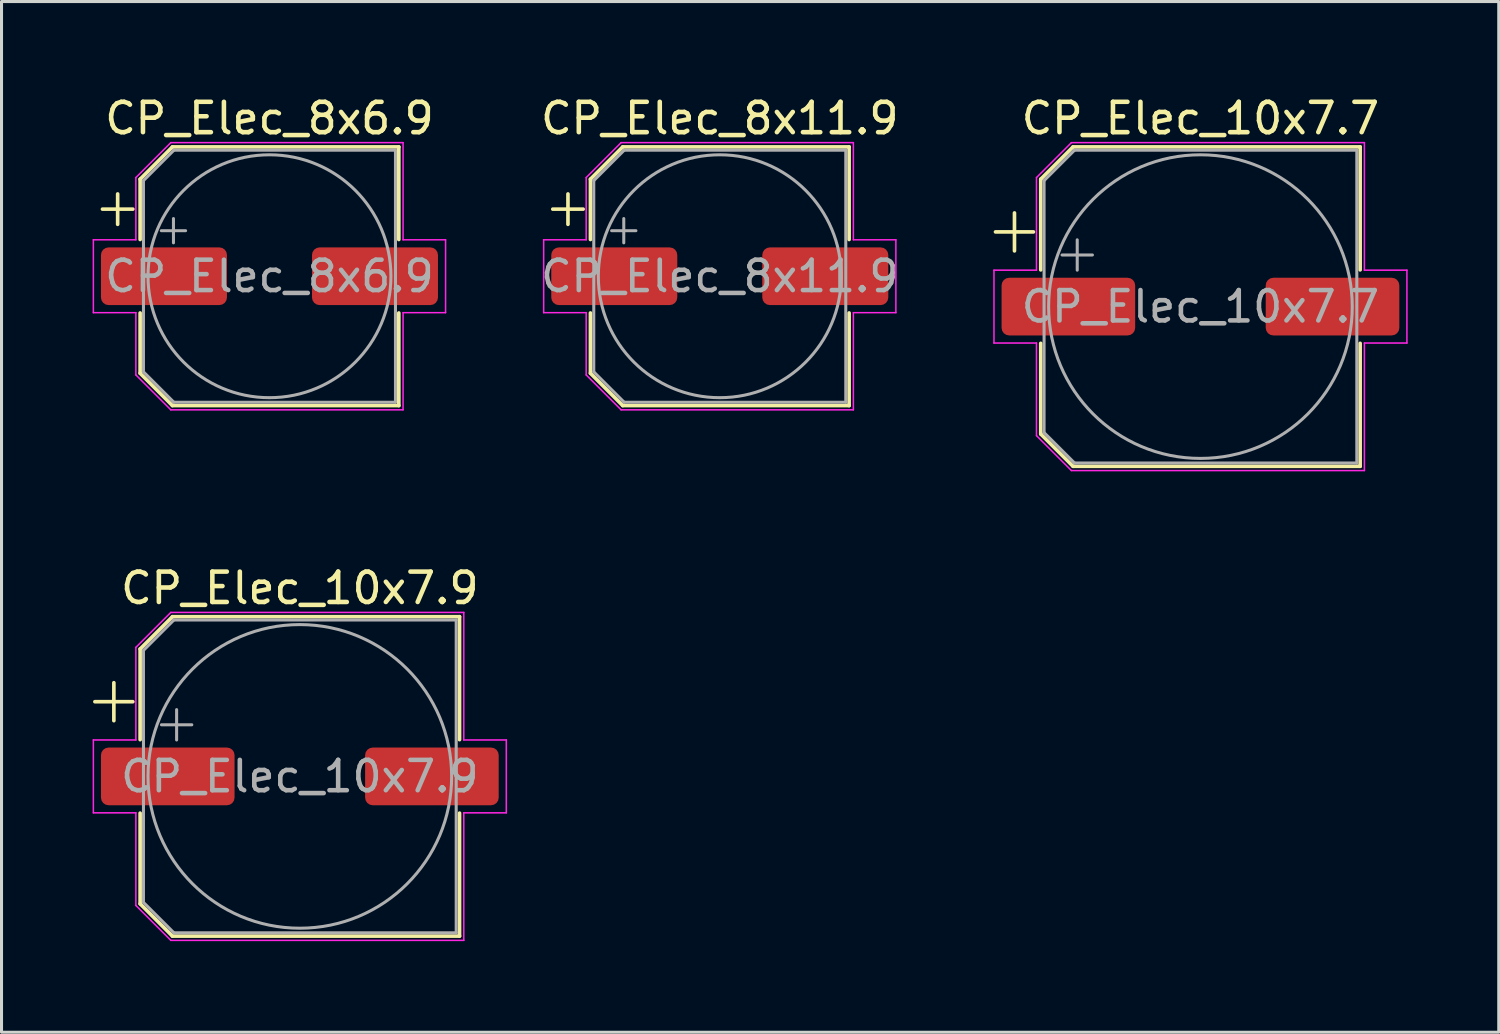
<source format=kicad_pcb>
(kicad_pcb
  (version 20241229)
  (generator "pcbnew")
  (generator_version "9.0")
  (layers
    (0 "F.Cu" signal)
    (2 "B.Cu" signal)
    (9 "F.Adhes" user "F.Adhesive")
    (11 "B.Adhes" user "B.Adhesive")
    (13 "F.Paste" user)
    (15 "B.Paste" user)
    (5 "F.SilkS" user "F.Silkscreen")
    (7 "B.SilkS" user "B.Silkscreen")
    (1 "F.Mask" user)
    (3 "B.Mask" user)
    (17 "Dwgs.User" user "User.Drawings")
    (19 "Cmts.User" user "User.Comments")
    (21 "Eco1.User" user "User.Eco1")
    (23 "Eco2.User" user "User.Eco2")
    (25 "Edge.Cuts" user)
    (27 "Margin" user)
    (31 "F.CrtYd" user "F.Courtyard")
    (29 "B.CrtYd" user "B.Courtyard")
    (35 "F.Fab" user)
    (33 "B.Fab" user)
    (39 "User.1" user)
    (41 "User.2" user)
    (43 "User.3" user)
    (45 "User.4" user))
  (footprint "CP_Elec_10x7.7"
    (layer "F.Cu")
    (at 36.487 7.048)
    (property "Reference" "CP_Elec_10x7.7" (at 0 -6.2 0) (layer "F.SilkS") (effects (font (size 1 1) (thickness 0.15))))
    (attr smd)
    (fp_line (start -6.75 -2.46) (end -5.5 -2.46) (stroke (width 0.12) (type solid)) (layer "F.SilkS"))
    (fp_line (start -6.125 -3.085) (end -6.125 -1.835) (stroke (width 0.12) (type solid)) (layer "F.SilkS"))
    (fp_line (start -5.26 -4.196) (end -5.26 -1.21) (stroke (width 0.12) (type solid)) (layer "F.SilkS"))
    (fp_line (start -5.26 -4.196) (end -4.196 -5.26) (stroke (width 0.12) (type solid)) (layer "F.SilkS"))
    (fp_line (start -5.26 4.196) (end -5.26 1.21) (stroke (width 0.12) (type solid)) (layer "F.SilkS"))
    (fp_line (start -5.26 4.196) (end -4.196 5.26) (stroke (width 0.12) (type solid)) (layer "F.SilkS"))
    (fp_line (start -4.196 -5.26) (end 5.26 -5.26) (stroke (width 0.12) (type solid)) (layer "F.SilkS"))
    (fp_line (start -4.196 5.26) (end 5.26 5.26) (stroke (width 0.12) (type solid)) (layer "F.SilkS"))
    (fp_line (start 5.26 -5.26) (end 5.26 -1.21) (stroke (width 0.12) (type solid)) (layer "F.SilkS"))
    (fp_line (start 5.26 5.26) (end 5.26 1.21) (stroke (width 0.12) (type solid)) (layer "F.SilkS"))
    (fp_line (start -6.8 -1.2) (end -6.8 1.2) (stroke (width 0.05) (type solid)) (layer "F.CrtYd"))
    (fp_line (start -6.8 1.2) (end -5.4 1.2) (stroke (width 0.05) (type solid)) (layer "F.CrtYd"))
    (fp_line (start -5.4 -4.25) (end -5.4 -1.2) (stroke (width 0.05) (type solid)) (layer "F.CrtYd"))
    (fp_line (start -5.4 -4.25) (end -4.25 -5.4) (stroke (width 0.05) (type solid)) (layer "F.CrtYd"))
    (fp_line (start -5.4 -1.2) (end -6.8 -1.2) (stroke (width 0.05) (type solid)) (layer "F.CrtYd"))
    (fp_line (start -5.4 1.2) (end -5.4 4.25) (stroke (width 0.05) (type solid)) (layer "F.CrtYd"))
    (fp_line (start -5.4 4.25) (end -4.25 5.4) (stroke (width 0.05) (type solid)) (layer "F.CrtYd"))
    (fp_line (start -4.25 -5.4) (end 5.4 -5.4) (stroke (width 0.05) (type solid)) (layer "F.CrtYd"))
    (fp_line (start -4.25 5.4) (end 5.4 5.4) (stroke (width 0.05) (type solid)) (layer "F.CrtYd"))
    (fp_line (start 5.4 -5.4) (end 5.4 -1.2) (stroke (width 0.05) (type solid)) (layer "F.CrtYd"))
    (fp_line (start 5.4 -1.2) (end 6.8 -1.2) (stroke (width 0.05) (type solid)) (layer "F.CrtYd"))
    (fp_line (start 5.4 1.2) (end 5.4 5.4) (stroke (width 0.05) (type solid)) (layer "F.CrtYd"))
    (fp_line (start 6.8 -1.2) (end 6.8 1.2) (stroke (width 0.05) (type solid)) (layer "F.CrtYd"))
    (fp_line (start 6.8 1.2) (end 5.4 1.2) (stroke (width 0.05) (type solid)) (layer "F.CrtYd"))
    (fp_line (start -5.15 -4.15) (end -5.15 4.15) (stroke (width 0.1) (type solid)) (layer "F.Fab"))
    (fp_line (start -5.15 -4.15) (end -4.15 -5.15) (stroke (width 0.1) (type solid)) (layer "F.Fab"))
    (fp_line (start -5.15 4.15) (end -4.15 5.15) (stroke (width 0.1) (type solid)) (layer "F.Fab"))
    (fp_line (start -4.558 -1.7) (end -3.558 -1.7) (stroke (width 0.1) (type solid)) (layer "F.Fab"))
    (fp_line (start -4.15 -5.15) (end 5.15 -5.15) (stroke (width 0.1) (type solid)) (layer "F.Fab"))
    (fp_line (start -4.15 5.15) (end 5.15 5.15) (stroke (width 0.1) (type solid)) (layer "F.Fab"))
    (fp_line (start -4.058 -2.2) (end -4.058 -1.2) (stroke (width 0.1) (type solid)) (layer "F.Fab"))
    (fp_line (start 5.15 -5.15) (end 5.15 5.15) (stroke (width 0.1) (type solid)) (layer "F.Fab"))
    (fp_circle (center 0 0) (end 5 0) (stroke (width 0.1) (type solid)) (fill no) (layer "F.Fab"))
    (fp_text user "${REFERENCE}" (at 0 0 0) (layer "F.Fab") (effects (font (size 1 1) (thickness 0.15))))
    (pad "1" smd roundrect (at -4.35 0) (size 4.4 1.9) (layers "F.Cu" "F.Mask" "F.Paste") (roundrect_rratio 0.132))
    (pad "2" smd roundrect (at 4.35 0) (size 4.4 1.9) (layers "F.Cu" "F.Mask" "F.Paste") (roundrect_rratio 0.132)))
  (footprint "CP_Elec_8x11.9"
    (layer "F.Cu")
    (at 20.656 6.048)
    (property "Reference" "CP_Elec_8x11.9" (at 0 -5.2 0) (layer "F.SilkS") (effects (font (size 1 1) (thickness 0.15))))
    (attr smd)
    (fp_line (start -5.5 -2.21) (end -4.5 -2.21) (stroke (width 0.12) (type solid)) (layer "F.SilkS"))
    (fp_line (start -5 -2.71) (end -5 -1.71) (stroke (width 0.12) (type solid)) (layer "F.SilkS"))
    (fp_line (start -4.26 -3.196) (end -4.26 -1.21) (stroke (width 0.12) (type solid)) (layer "F.SilkS"))
    (fp_line (start -4.26 -3.196) (end -3.196 -4.26) (stroke (width 0.12) (type solid)) (layer "F.SilkS"))
    (fp_line (start -4.26 3.196) (end -4.26 1.21) (stroke (width 0.12) (type solid)) (layer "F.SilkS"))
    (fp_line (start -4.26 3.196) (end -3.196 4.26) (stroke (width 0.12) (type solid)) (layer "F.SilkS"))
    (fp_line (start -3.196 -4.26) (end 4.26 -4.26) (stroke (width 0.12) (type solid)) (layer "F.SilkS"))
    (fp_line (start -3.196 4.26) (end 4.26 4.26) (stroke (width 0.12) (type solid)) (layer "F.SilkS"))
    (fp_line (start 4.26 -4.26) (end 4.26 -1.21) (stroke (width 0.12) (type solid)) (layer "F.SilkS"))
    (fp_line (start 4.26 4.26) (end 4.26 1.21) (stroke (width 0.12) (type solid)) (layer "F.SilkS"))
    (fp_line (start -5.8 -1.2) (end -5.8 1.2) (stroke (width 0.05) (type solid)) (layer "F.CrtYd"))
    (fp_line (start -5.8 1.2) (end -4.4 1.2) (stroke (width 0.05) (type solid)) (layer "F.CrtYd"))
    (fp_line (start -4.4 -3.25) (end -4.4 -1.2) (stroke (width 0.05) (type solid)) (layer "F.CrtYd"))
    (fp_line (start -4.4 -3.25) (end -3.25 -4.4) (stroke (width 0.05) (type solid)) (layer "F.CrtYd"))
    (fp_line (start -4.4 -1.2) (end -5.8 -1.2) (stroke (width 0.05) (type solid)) (layer "F.CrtYd"))
    (fp_line (start -4.4 1.2) (end -4.4 3.25) (stroke (width 0.05) (type solid)) (layer "F.CrtYd"))
    (fp_line (start -4.4 3.25) (end -3.25 4.4) (stroke (width 0.05) (type solid)) (layer "F.CrtYd"))
    (fp_line (start -3.25 -4.4) (end 4.4 -4.4) (stroke (width 0.05) (type solid)) (layer "F.CrtYd"))
    (fp_line (start -3.25 4.4) (end 4.4 4.4) (stroke (width 0.05) (type solid)) (layer "F.CrtYd"))
    (fp_line (start 4.4 -4.4) (end 4.4 -1.2) (stroke (width 0.05) (type solid)) (layer "F.CrtYd"))
    (fp_line (start 4.4 -1.2) (end 5.8 -1.2) (stroke (width 0.05) (type solid)) (layer "F.CrtYd"))
    (fp_line (start 4.4 1.2) (end 4.4 4.4) (stroke (width 0.05) (type solid)) (layer "F.CrtYd"))
    (fp_line (start 5.8 -1.2) (end 5.8 1.2) (stroke (width 0.05) (type solid)) (layer "F.CrtYd"))
    (fp_line (start 5.8 1.2) (end 4.4 1.2) (stroke (width 0.05) (type solid)) (layer "F.CrtYd"))
    (fp_line (start -4.15 -3.15) (end -4.15 3.15) (stroke (width 0.1) (type solid)) (layer "F.Fab"))
    (fp_line (start -4.15 -3.15) (end -3.15 -4.15) (stroke (width 0.1) (type solid)) (layer "F.Fab"))
    (fp_line (start -4.15 3.15) (end -3.15 4.15) (stroke (width 0.1) (type solid)) (layer "F.Fab"))
    (fp_line (start -3.562 -1.5) (end -2.762 -1.5) (stroke (width 0.1) (type solid)) (layer "F.Fab"))
    (fp_line (start -3.162 -1.9) (end -3.162 -1.1) (stroke (width 0.1) (type solid)) (layer "F.Fab"))
    (fp_line (start -3.15 -4.15) (end 4.15 -4.15) (stroke (width 0.1) (type solid)) (layer "F.Fab"))
    (fp_line (start -3.15 4.15) (end 4.15 4.15) (stroke (width 0.1) (type solid)) (layer "F.Fab"))
    (fp_line (start 4.15 -4.15) (end 4.15 4.15) (stroke (width 0.1) (type solid)) (layer "F.Fab"))
    (fp_circle (center 0 0) (end 4 0) (stroke (width 0.1) (type solid)) (fill no) (layer "F.Fab"))
    (fp_text user "${REFERENCE}" (at 0 0 0) (layer "F.Fab") (effects (font (size 1 1) (thickness 0.15))))
    (pad "1" smd roundrect (at -3.475 0) (size 4.15 1.9) (layers "F.Cu" "F.Mask" "F.Paste") (roundrect_rratio 0.132))
    (pad "2" smd roundrect (at 3.475 0) (size 4.15 1.9) (layers "F.Cu" "F.Mask" "F.Paste") (roundrect_rratio 0.132)))
  (footprint "CP_Elec_10x7.9"
    (layer "F.Cu")
    (at 6.825 22.521)
    (property "Reference" "CP_Elec_10x7.9" (at 0 -6.2 0) (layer "F.SilkS") (effects (font (size 1 1) (thickness 0.15))))
    (attr smd)
    (fp_line (start -6.75 -2.46) (end -5.5 -2.46) (stroke (width 0.12) (type solid)) (layer "F.SilkS"))
    (fp_line (start -6.125 -3.085) (end -6.125 -1.835) (stroke (width 0.12) (type solid)) (layer "F.SilkS"))
    (fp_line (start -5.26 -4.196) (end -5.26 -1.21) (stroke (width 0.12) (type solid)) (layer "F.SilkS"))
    (fp_line (start -5.26 -4.196) (end -4.196 -5.26) (stroke (width 0.12) (type solid)) (layer "F.SilkS"))
    (fp_line (start -5.26 4.196) (end -5.26 1.21) (stroke (width 0.12) (type solid)) (layer "F.SilkS"))
    (fp_line (start -5.26 4.196) (end -4.196 5.26) (stroke (width 0.12) (type solid)) (layer "F.SilkS"))
    (fp_line (start -4.196 -5.26) (end 5.26 -5.26) (stroke (width 0.12) (type solid)) (layer "F.SilkS"))
    (fp_line (start -4.196 5.26) (end 5.26 5.26) (stroke (width 0.12) (type solid)) (layer "F.SilkS"))
    (fp_line (start 5.26 -5.26) (end 5.26 -1.21) (stroke (width 0.12) (type solid)) (layer "F.SilkS"))
    (fp_line (start 5.26 5.26) (end 5.26 1.21) (stroke (width 0.12) (type solid)) (layer "F.SilkS"))
    (fp_line (start -6.8 -1.2) (end -6.8 1.2) (stroke (width 0.05) (type solid)) (layer "F.CrtYd"))
    (fp_line (start -6.8 1.2) (end -5.4 1.2) (stroke (width 0.05) (type solid)) (layer "F.CrtYd"))
    (fp_line (start -5.4 -4.25) (end -5.4 -1.2) (stroke (width 0.05) (type solid)) (layer "F.CrtYd"))
    (fp_line (start -5.4 -4.25) (end -4.25 -5.4) (stroke (width 0.05) (type solid)) (layer "F.CrtYd"))
    (fp_line (start -5.4 -1.2) (end -6.8 -1.2) (stroke (width 0.05) (type solid)) (layer "F.CrtYd"))
    (fp_line (start -5.4 1.2) (end -5.4 4.25) (stroke (width 0.05) (type solid)) (layer "F.CrtYd"))
    (fp_line (start -5.4 4.25) (end -4.25 5.4) (stroke (width 0.05) (type solid)) (layer "F.CrtYd"))
    (fp_line (start -4.25 -5.4) (end 5.4 -5.4) (stroke (width 0.05) (type solid)) (layer "F.CrtYd"))
    (fp_line (start -4.25 5.4) (end 5.4 5.4) (stroke (width 0.05) (type solid)) (layer "F.CrtYd"))
    (fp_line (start 5.4 -5.4) (end 5.4 -1.2) (stroke (width 0.05) (type solid)) (layer "F.CrtYd"))
    (fp_line (start 5.4 -1.2) (end 6.8 -1.2) (stroke (width 0.05) (type solid)) (layer "F.CrtYd"))
    (fp_line (start 5.4 1.2) (end 5.4 5.4) (stroke (width 0.05) (type solid)) (layer "F.CrtYd"))
    (fp_line (start 6.8 -1.2) (end 6.8 1.2) (stroke (width 0.05) (type solid)) (layer "F.CrtYd"))
    (fp_line (start 6.8 1.2) (end 5.4 1.2) (stroke (width 0.05) (type solid)) (layer "F.CrtYd"))
    (fp_line (start -5.15 -4.15) (end -5.15 4.15) (stroke (width 0.1) (type solid)) (layer "F.Fab"))
    (fp_line (start -5.15 -4.15) (end -4.15 -5.15) (stroke (width 0.1) (type solid)) (layer "F.Fab"))
    (fp_line (start -5.15 4.15) (end -4.15 5.15) (stroke (width 0.1) (type solid)) (layer "F.Fab"))
    (fp_line (start -4.558 -1.7) (end -3.558 -1.7) (stroke (width 0.1) (type solid)) (layer "F.Fab"))
    (fp_line (start -4.15 -5.15) (end 5.15 -5.15) (stroke (width 0.1) (type solid)) (layer "F.Fab"))
    (fp_line (start -4.15 5.15) (end 5.15 5.15) (stroke (width 0.1) (type solid)) (layer "F.Fab"))
    (fp_line (start -4.058 -2.2) (end -4.058 -1.2) (stroke (width 0.1) (type solid)) (layer "F.Fab"))
    (fp_line (start 5.15 -5.15) (end 5.15 5.15) (stroke (width 0.1) (type solid)) (layer "F.Fab"))
    (fp_circle (center 0 0) (end 5 0) (stroke (width 0.1) (type solid)) (fill no) (layer "F.Fab"))
    (fp_text user "${REFERENCE}" (at 0 0 0) (layer "F.Fab") (effects (font (size 1 1) (thickness 0.15))))
    (pad "1" smd roundrect (at -4.35 0) (size 4.4 1.9) (layers "F.Cu" "F.Mask" "F.Paste") (roundrect_rratio 0.132))
    (pad "2" smd roundrect (at 4.35 0) (size 4.4 1.9) (layers "F.Cu" "F.Mask" "F.Paste") (roundrect_rratio 0.132)))
  (footprint "CP_Elec_8x6.9"
    (layer "F.Cu")
    (at 5.825 6.048)
    (property "Reference" "CP_Elec_8x6.9" (at 0 -5.2 0) (layer "F.SilkS") (effects (font (size 1 1) (thickness 0.15))))
    (attr smd)
    (fp_line (start -5.5 -2.21) (end -4.5 -2.21) (stroke (width 0.12) (type solid)) (layer "F.SilkS"))
    (fp_line (start -5 -2.71) (end -5 -1.71) (stroke (width 0.12) (type solid)) (layer "F.SilkS"))
    (fp_line (start -4.26 -3.196) (end -4.26 -1.21) (stroke (width 0.12) (type solid)) (layer "F.SilkS"))
    (fp_line (start -4.26 -3.196) (end -3.196 -4.26) (stroke (width 0.12) (type solid)) (layer "F.SilkS"))
    (fp_line (start -4.26 3.196) (end -4.26 1.21) (stroke (width 0.12) (type solid)) (layer "F.SilkS"))
    (fp_line (start -4.26 3.196) (end -3.196 4.26) (stroke (width 0.12) (type solid)) (layer "F.SilkS"))
    (fp_line (start -3.196 -4.26) (end 4.26 -4.26) (stroke (width 0.12) (type solid)) (layer "F.SilkS"))
    (fp_line (start -3.196 4.26) (end 4.26 4.26) (stroke (width 0.12) (type solid)) (layer "F.SilkS"))
    (fp_line (start 4.26 -4.26) (end 4.26 -1.21) (stroke (width 0.12) (type solid)) (layer "F.SilkS"))
    (fp_line (start 4.26 4.26) (end 4.26 1.21) (stroke (width 0.12) (type solid)) (layer "F.SilkS"))
    (fp_line (start -5.8 -1.2) (end -5.8 1.2) (stroke (width 0.05) (type solid)) (layer "F.CrtYd"))
    (fp_line (start -5.8 1.2) (end -4.4 1.2) (stroke (width 0.05) (type solid)) (layer "F.CrtYd"))
    (fp_line (start -4.4 -3.25) (end -4.4 -1.2) (stroke (width 0.05) (type solid)) (layer "F.CrtYd"))
    (fp_line (start -4.4 -3.25) (end -3.25 -4.4) (stroke (width 0.05) (type solid)) (layer "F.CrtYd"))
    (fp_line (start -4.4 -1.2) (end -5.8 -1.2) (stroke (width 0.05) (type solid)) (layer "F.CrtYd"))
    (fp_line (start -4.4 1.2) (end -4.4 3.25) (stroke (width 0.05) (type solid)) (layer "F.CrtYd"))
    (fp_line (start -4.4 3.25) (end -3.25 4.4) (stroke (width 0.05) (type solid)) (layer "F.CrtYd"))
    (fp_line (start -3.25 -4.4) (end 4.4 -4.4) (stroke (width 0.05) (type solid)) (layer "F.CrtYd"))
    (fp_line (start -3.25 4.4) (end 4.4 4.4) (stroke (width 0.05) (type solid)) (layer "F.CrtYd"))
    (fp_line (start 4.4 -4.4) (end 4.4 -1.2) (stroke (width 0.05) (type solid)) (layer "F.CrtYd"))
    (fp_line (start 4.4 -1.2) (end 5.8 -1.2) (stroke (width 0.05) (type solid)) (layer "F.CrtYd"))
    (fp_line (start 4.4 1.2) (end 4.4 4.4) (stroke (width 0.05) (type solid)) (layer "F.CrtYd"))
    (fp_line (start 5.8 -1.2) (end 5.8 1.2) (stroke (width 0.05) (type solid)) (layer "F.CrtYd"))
    (fp_line (start 5.8 1.2) (end 4.4 1.2) (stroke (width 0.05) (type solid)) (layer "F.CrtYd"))
    (fp_line (start -4.15 -3.15) (end -4.15 3.15) (stroke (width 0.1) (type solid)) (layer "F.Fab"))
    (fp_line (start -4.15 -3.15) (end -3.15 -4.15) (stroke (width 0.1) (type solid)) (layer "F.Fab"))
    (fp_line (start -4.15 3.15) (end -3.15 4.15) (stroke (width 0.1) (type solid)) (layer "F.Fab"))
    (fp_line (start -3.562 -1.5) (end -2.762 -1.5) (stroke (width 0.1) (type solid)) (layer "F.Fab"))
    (fp_line (start -3.162 -1.9) (end -3.162 -1.1) (stroke (width 0.1) (type solid)) (layer "F.Fab"))
    (fp_line (start -3.15 -4.15) (end 4.15 -4.15) (stroke (width 0.1) (type solid)) (layer "F.Fab"))
    (fp_line (start -3.15 4.15) (end 4.15 4.15) (stroke (width 0.1) (type solid)) (layer "F.Fab"))
    (fp_line (start 4.15 -4.15) (end 4.15 4.15) (stroke (width 0.1) (type solid)) (layer "F.Fab"))
    (fp_circle (center 0 0) (end 4 0) (stroke (width 0.1) (type solid)) (fill no) (layer "F.Fab"))
    (fp_text user "${REFERENCE}" (at 0 0 0) (layer "F.Fab") (effects (font (size 1 1) (thickness 0.15))))
    (pad "1" smd roundrect (at -3.475 0) (size 4.15 1.9) (layers "F.Cu" "F.Mask" "F.Paste") (roundrect_rratio 0.132))
    (pad "2" smd roundrect (at 3.475 0) (size 4.15 1.9) (layers "F.Cu" "F.Mask" "F.Paste") (roundrect_rratio 0.132)))
  (gr_rect
    (start -3 -3)
    (end 46.312 30.947)
    (stroke (width 0.1) (type default))
    (fill no)
    (layer "Edge.Cuts")))
</source>
